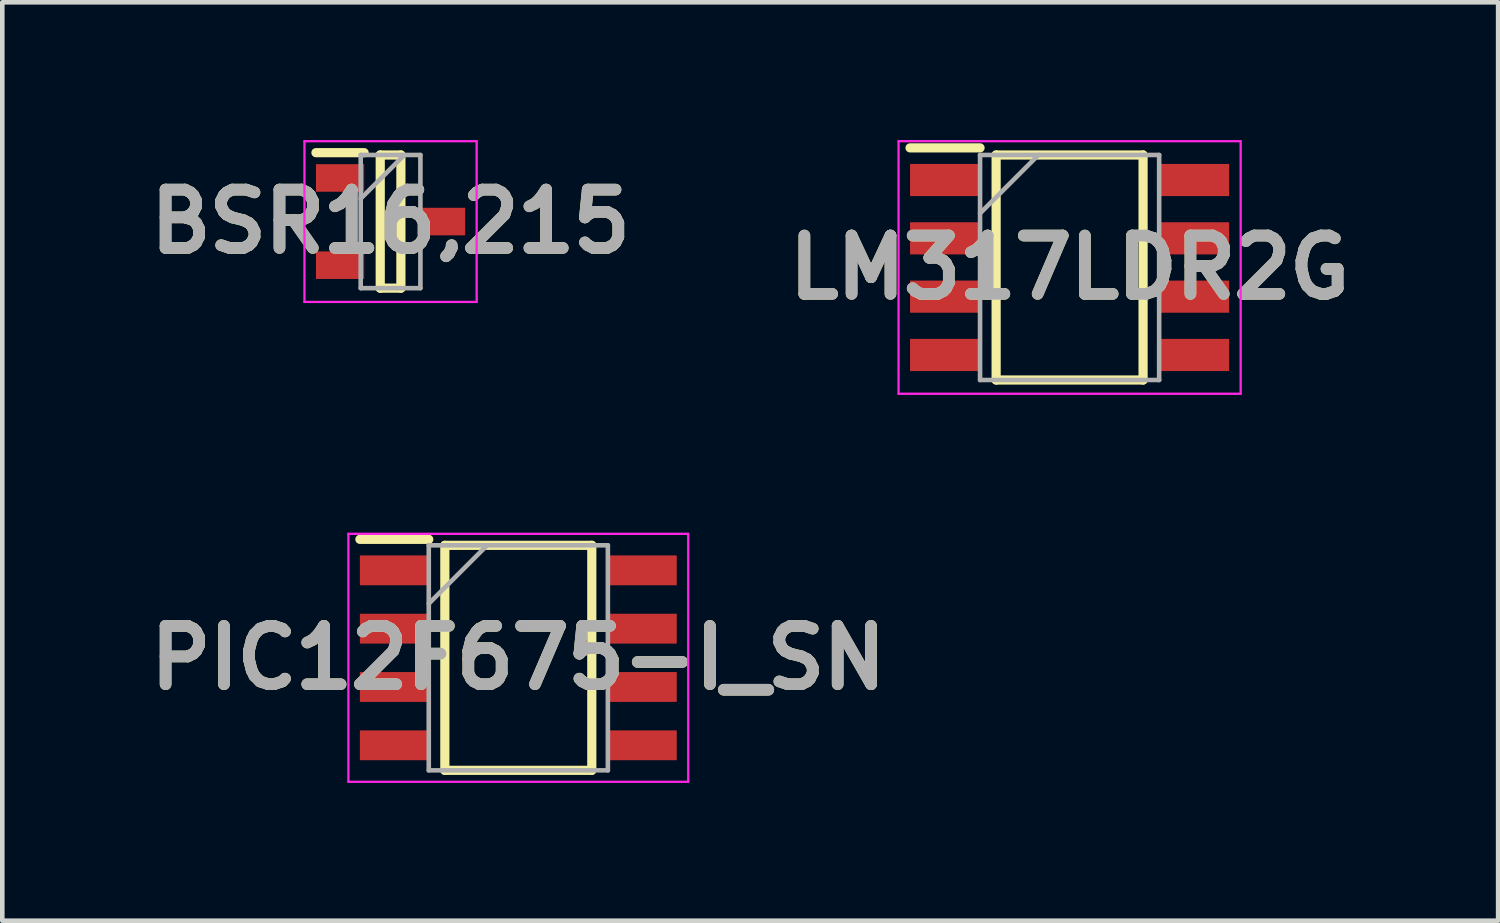
<source format=kicad_pcb>
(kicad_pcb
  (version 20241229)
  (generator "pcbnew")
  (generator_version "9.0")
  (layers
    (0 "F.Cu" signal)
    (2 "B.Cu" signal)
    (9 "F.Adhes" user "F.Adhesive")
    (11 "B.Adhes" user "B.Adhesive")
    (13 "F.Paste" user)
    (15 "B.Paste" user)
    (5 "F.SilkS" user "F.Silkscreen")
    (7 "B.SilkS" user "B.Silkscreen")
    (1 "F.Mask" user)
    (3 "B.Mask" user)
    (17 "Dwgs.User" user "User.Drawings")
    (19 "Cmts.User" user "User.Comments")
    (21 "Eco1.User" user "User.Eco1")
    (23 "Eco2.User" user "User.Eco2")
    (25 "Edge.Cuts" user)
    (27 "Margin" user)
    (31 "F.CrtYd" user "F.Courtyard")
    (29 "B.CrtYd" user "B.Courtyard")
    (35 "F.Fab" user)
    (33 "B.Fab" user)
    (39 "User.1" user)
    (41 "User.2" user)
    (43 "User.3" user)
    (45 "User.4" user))
  (footprint "LM317LDR2G"
    (layer "F.Cu")
    (at 20.242 2.775)
    (property "Reference" "LM317LDR2G" (at 0 0 0) (layer "F.SilkS") (effects (font (size 1.27 1.27) (thickness 0.254))))
    (attr smd)
    (fp_line (start -3.475 -2.605) (end -1.95 -2.605) (stroke (width 0.2) (type solid)) (layer "F.SilkS"))
    (fp_line (start -1.6 -2.45) (end 1.6 -2.45) (stroke (width 0.2) (type solid)) (layer "F.SilkS"))
    (fp_line (start -1.6 2.45) (end -1.6 -2.45) (stroke (width 0.2) (type solid)) (layer "F.SilkS"))
    (fp_line (start 1.6 -2.45) (end 1.6 2.45) (stroke (width 0.2) (type solid)) (layer "F.SilkS"))
    (fp_line (start 1.6 2.45) (end -1.6 2.45) (stroke (width 0.2) (type solid)) (layer "F.SilkS"))
    (fp_line (start -3.725 -2.75) (end 3.725 -2.75) (stroke (width 0.05) (type solid)) (layer "F.CrtYd"))
    (fp_line (start -3.725 2.75) (end -3.725 -2.75) (stroke (width 0.05) (type solid)) (layer "F.CrtYd"))
    (fp_line (start 3.725 -2.75) (end 3.725 2.75) (stroke (width 0.05) (type solid)) (layer "F.CrtYd"))
    (fp_line (start 3.725 2.75) (end -3.725 2.75) (stroke (width 0.05) (type solid)) (layer "F.CrtYd"))
    (fp_line (start -1.95 -2.45) (end 1.95 -2.45) (stroke (width 0.1) (type solid)) (layer "F.Fab"))
    (fp_line (start -1.95 -1.18) (end -0.68 -2.45) (stroke (width 0.1) (type solid)) (layer "F.Fab"))
    (fp_line (start -1.95 2.45) (end -1.95 -2.45) (stroke (width 0.1) (type solid)) (layer "F.Fab"))
    (fp_line (start 1.95 -2.45) (end 1.95 2.45) (stroke (width 0.1) (type solid)) (layer "F.Fab"))
    (fp_line (start 1.95 2.45) (end -1.95 2.45) (stroke (width 0.1) (type solid)) (layer "F.Fab"))
    (fp_text user "${REFERENCE}" (at 0 0 0) (layer "F.Fab") (effects (font (size 1.27 1.27) (thickness 0.254))))
    (pad "1" smd rect (at -2.712 -1.905 90) (size 0.7 1.525) (layers "F.Cu" "F.Mask" "F.Paste"))
    (pad "2" smd rect (at -2.712 -0.635 90) (size 0.7 1.525) (layers "F.Cu" "F.Mask" "F.Paste"))
    (pad "3" smd rect (at -2.712 0.635 90) (size 0.7 1.525) (layers "F.Cu" "F.Mask" "F.Paste"))
    (pad "4" smd rect (at -2.712 1.905 90) (size 0.7 1.525) (layers "F.Cu" "F.Mask" "F.Paste"))
    (pad "5" smd rect (at 2.712 1.905 90) (size 0.7 1.525) (layers "F.Cu" "F.Mask" "F.Paste"))
    (pad "6" smd rect (at 2.712 0.635 90) (size 0.7 1.525) (layers "F.Cu" "F.Mask" "F.Paste"))
    (pad "7" smd rect (at 2.712 -0.635 90) (size 0.7 1.525) (layers "F.Cu" "F.Mask" "F.Paste"))
    (pad "8" smd rect (at 2.712 -1.905 90) (size 0.7 1.525) (layers "F.Cu" "F.Mask" "F.Paste")))
  (footprint "BSR16,215"
    (layer "F.Cu")
    (at 5.455 1.775)
    (property "Reference" "BSR16,215" (at 0 0 0) (layer "F.SilkS") (effects (font (size 1.27 1.27) (thickness 0.254))))
    (attr smd)
    (fp_line (start -1.625 -1.5) (end -0.575 -1.5) (stroke (width 0.2) (type solid)) (layer "F.SilkS"))
    (fp_line (start -0.225 -1.45) (end 0.225 -1.45) (stroke (width 0.2) (type solid)) (layer "F.SilkS"))
    (fp_line (start -0.225 1.45) (end -0.225 -1.45) (stroke (width 0.2) (type solid)) (layer "F.SilkS"))
    (fp_line (start 0.225 -1.45) (end 0.225 1.45) (stroke (width 0.2) (type solid)) (layer "F.SilkS"))
    (fp_line (start 0.225 1.45) (end -0.225 1.45) (stroke (width 0.2) (type solid)) (layer "F.SilkS"))
    (fp_line (start -1.875 -1.75) (end 1.875 -1.75) (stroke (width 0.05) (type solid)) (layer "F.CrtYd"))
    (fp_line (start -1.875 1.75) (end -1.875 -1.75) (stroke (width 0.05) (type solid)) (layer "F.CrtYd"))
    (fp_line (start 1.875 -1.75) (end 1.875 1.75) (stroke (width 0.05) (type solid)) (layer "F.CrtYd"))
    (fp_line (start 1.875 1.75) (end -1.875 1.75) (stroke (width 0.05) (type solid)) (layer "F.CrtYd"))
    (fp_line (start -0.65 -1.45) (end 0.65 -1.45) (stroke (width 0.1) (type solid)) (layer "F.Fab"))
    (fp_line (start -0.65 -0.5) (end 0.3 -1.45) (stroke (width 0.1) (type solid)) (layer "F.Fab"))
    (fp_line (start -0.65 1.45) (end -0.65 -1.45) (stroke (width 0.1) (type solid)) (layer "F.Fab"))
    (fp_line (start 0.65 -1.45) (end 0.65 1.45) (stroke (width 0.1) (type solid)) (layer "F.Fab"))
    (fp_line (start 0.65 1.45) (end -0.65 1.45) (stroke (width 0.1) (type solid)) (layer "F.Fab"))
    (fp_text user "${REFERENCE}" (at 0 0 0) (layer "F.Fab") (effects (font (size 1.27 1.27) (thickness 0.254))))
    (pad "1" smd rect (at -1.1 -0.95 90) (size 0.6 1.05) (layers "F.Cu" "F.Mask" "F.Paste"))
    (pad "2" smd rect (at -1.1 0.95 90) (size 0.6 1.05) (layers "F.Cu" "F.Mask" "F.Paste"))
    (pad "3" smd rect (at 1.1 0 90) (size 0.6 1.05) (layers "F.Cu" "F.Mask" "F.Paste")))
  (footprint "PIC12F675-I_SN"
    (layer "F.Cu")
    (at 8.237 11.275)
    (property "Reference" "PIC12F675-I_SN" (at 0 0 0) (layer "F.SilkS") (effects (font (size 1.27 1.27) (thickness 0.254))))
    (attr smd)
    (fp_line (start -3.45 -2.58) (end -1.95 -2.58) (stroke (width 0.2) (type solid)) (layer "F.SilkS"))
    (fp_line (start -1.6 -2.45) (end 1.6 -2.45) (stroke (width 0.2) (type solid)) (layer "F.SilkS"))
    (fp_line (start -1.6 2.45) (end -1.6 -2.45) (stroke (width 0.2) (type solid)) (layer "F.SilkS"))
    (fp_line (start 1.6 -2.45) (end 1.6 2.45) (stroke (width 0.2) (type solid)) (layer "F.SilkS"))
    (fp_line (start 1.6 2.45) (end -1.6 2.45) (stroke (width 0.2) (type solid)) (layer "F.SilkS"))
    (fp_line (start -3.7 -2.7) (end 3.7 -2.7) (stroke (width 0.05) (type solid)) (layer "F.CrtYd"))
    (fp_line (start -3.7 2.7) (end -3.7 -2.7) (stroke (width 0.05) (type solid)) (layer "F.CrtYd"))
    (fp_line (start 3.7 -2.7) (end 3.7 2.7) (stroke (width 0.05) (type solid)) (layer "F.CrtYd"))
    (fp_line (start 3.7 2.7) (end -3.7 2.7) (stroke (width 0.05) (type solid)) (layer "F.CrtYd"))
    (fp_line (start -1.95 -2.45) (end 1.95 -2.45) (stroke (width 0.1) (type solid)) (layer "F.Fab"))
    (fp_line (start -1.95 -1.18) (end -0.68 -2.45) (stroke (width 0.1) (type solid)) (layer "F.Fab"))
    (fp_line (start -1.95 2.45) (end -1.95 -2.45) (stroke (width 0.1) (type solid)) (layer "F.Fab"))
    (fp_line (start 1.95 -2.45) (end 1.95 2.45) (stroke (width 0.1) (type solid)) (layer "F.Fab"))
    (fp_line (start 1.95 2.45) (end -1.95 2.45) (stroke (width 0.1) (type solid)) (layer "F.Fab"))
    (fp_text user "${REFERENCE}" (at 0 0 0) (layer "F.Fab") (effects (font (size 1.27 1.27) (thickness 0.254))))
    (pad "1" smd rect (at -2.7 -1.905 90) (size 0.65 1.5) (layers "F.Cu" "F.Mask" "F.Paste"))
    (pad "2" smd rect (at -2.7 -0.635 90) (size 0.65 1.5) (layers "F.Cu" "F.Mask" "F.Paste"))
    (pad "3" smd rect (at -2.7 0.635 90) (size 0.65 1.5) (layers "F.Cu" "F.Mask" "F.Paste"))
    (pad "4" smd rect (at -2.7 1.905 90) (size 0.65 1.5) (layers "F.Cu" "F.Mask" "F.Paste"))
    (pad "5" smd rect (at 2.7 1.905 90) (size 0.65 1.5) (layers "F.Cu" "F.Mask" "F.Paste"))
    (pad "6" smd rect (at 2.7 0.635 90) (size 0.65 1.5) (layers "F.Cu" "F.Mask" "F.Paste"))
    (pad "7" smd rect (at 2.7 -0.635 90) (size 0.65 1.5) (layers "F.Cu" "F.Mask" "F.Paste"))
    (pad "8" smd rect (at 2.7 -1.905 90) (size 0.65 1.5) (layers "F.Cu" "F.Mask" "F.Paste")))
  (gr_rect
    (start -3 -3)
    (end 29.574 17)
    (stroke (width 0.1) (type default))
    (fill no)
    (layer "Edge.Cuts")))
</source>
